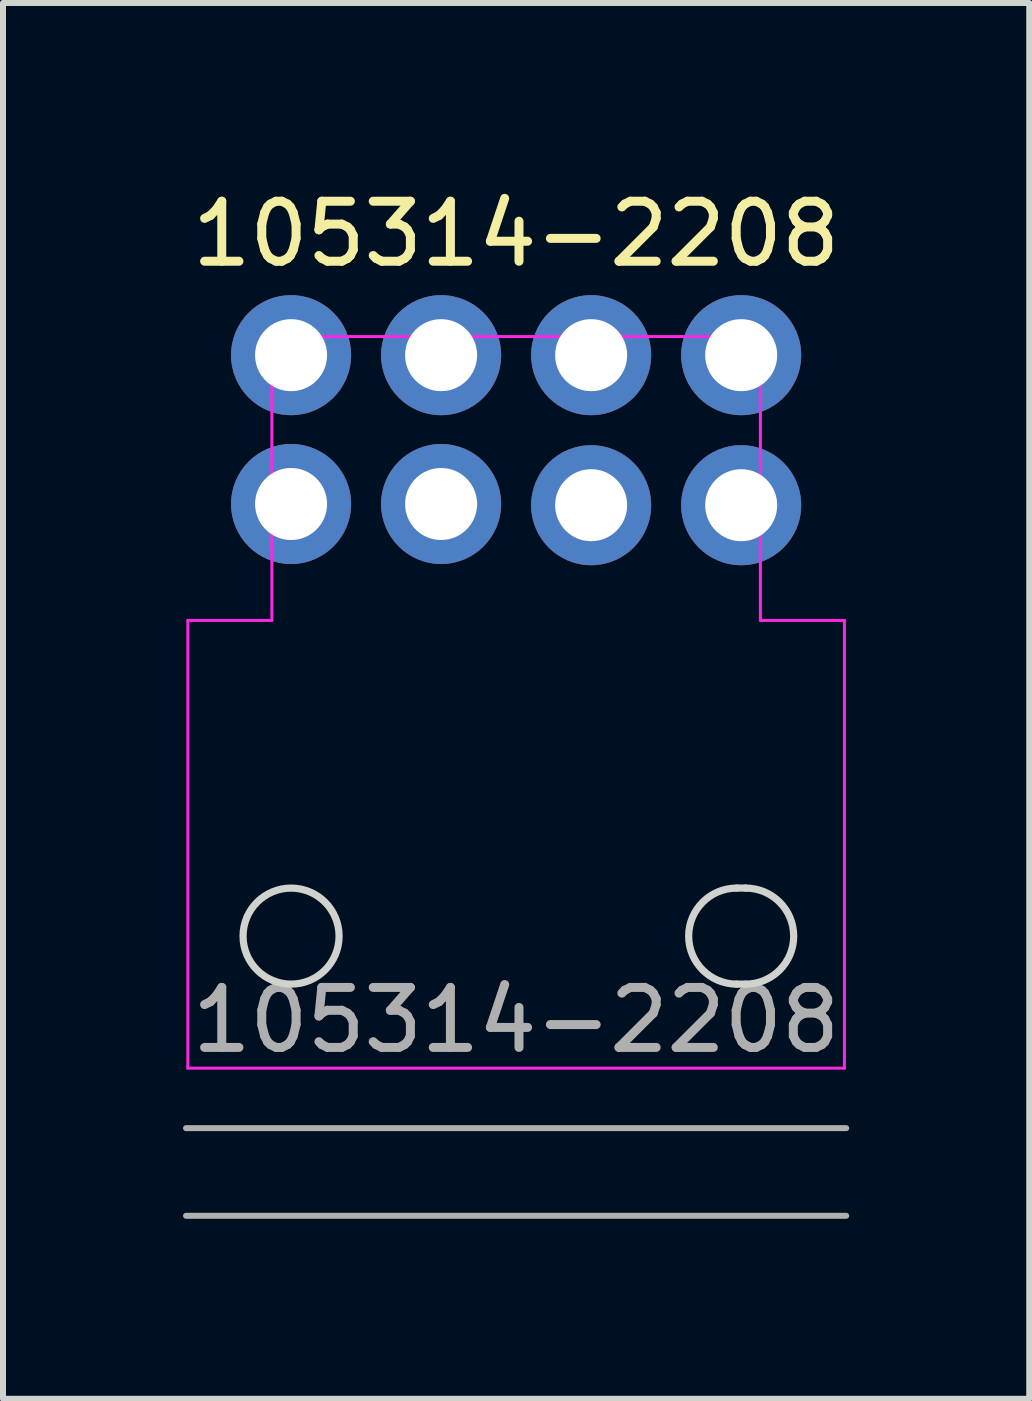
<source format=kicad_pcb>
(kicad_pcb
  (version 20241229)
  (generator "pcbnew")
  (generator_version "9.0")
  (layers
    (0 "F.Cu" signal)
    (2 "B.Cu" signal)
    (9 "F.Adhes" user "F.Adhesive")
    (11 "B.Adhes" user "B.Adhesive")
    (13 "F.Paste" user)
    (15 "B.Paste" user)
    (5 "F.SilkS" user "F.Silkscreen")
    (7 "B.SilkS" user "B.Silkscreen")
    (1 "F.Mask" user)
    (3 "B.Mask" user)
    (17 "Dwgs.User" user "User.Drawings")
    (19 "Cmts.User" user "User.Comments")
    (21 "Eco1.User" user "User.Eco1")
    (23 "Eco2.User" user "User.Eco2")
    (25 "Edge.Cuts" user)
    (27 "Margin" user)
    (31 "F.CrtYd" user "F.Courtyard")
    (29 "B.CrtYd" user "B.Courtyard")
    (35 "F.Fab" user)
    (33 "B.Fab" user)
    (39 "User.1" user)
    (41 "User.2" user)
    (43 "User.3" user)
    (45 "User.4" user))
  (footprint "105314-2208"
    (layer "F.Cu")
    (at 5.55 12.548)
    (property "Reference" "105314-2208" (at 0 -11.7 0) (unlocked yes) (layer "F.SilkS") (effects (font (size 1 1) (thickness 0.15))))
    (attr through_hole)
    (fp_line (start 3.675 -0.8) (end 3.825 -0.8) (stroke (width 0.12) (type solid)) (layer "Edge.Cuts"))
    (fp_line (start 3.675 0.8) (end 3.825 0.8) (stroke (width 0.12) (type solid)) (layer "Edge.Cuts"))
    (fp_arc (start 3.675 0.8) (mid 2.875 0) (end 3.675 -0.8) (stroke (width 0.12) (type solid)) (layer "Edge.Cuts"))
    (fp_arc (start 3.825 -0.8) (mid 4.625 0) (end 3.825 0.8) (stroke (width 0.12) (type solid)) (layer "Edge.Cuts"))
    (fp_circle (center -3.75 0) (end -2.95 0) (stroke (width 0.12) (type solid)) (fill no) (layer "Edge.Cuts"))
    (fp_line (start -5.47 -5.26) (end -4.07 -5.26) (stroke (width 0.05) (type solid)) (layer "F.CrtYd"))
    (fp_line (start -5.47 2.2) (end -5.47 -5.26) (stroke (width 0.05) (type solid)) (layer "F.CrtYd"))
    (fp_line (start -5.47 2.2) (end 5.47 2.2) (stroke (width 0.05) (type solid)) (layer "F.CrtYd"))
    (fp_line (start -4.07 -9.99) (end 4.07 -9.99) (stroke (width 0.05) (type solid)) (layer "F.CrtYd"))
    (fp_line (start -4.07 -5.26) (end -4.07 -9.99) (stroke (width 0.05) (type solid)) (layer "F.CrtYd"))
    (fp_line (start 4.07 -5.26) (end 4.07 -9.99) (stroke (width 0.05) (type solid)) (layer "F.CrtYd"))
    (fp_line (start 5.47 -5.26) (end 4.07 -5.26) (stroke (width 0.05) (type solid)) (layer "F.CrtYd"))
    (fp_line (start 5.47 2.2) (end 5.47 -5.26) (stroke (width 0.05) (type solid)) (layer "F.CrtYd"))
    (fp_line (start -5.5 3.2) (end 5.5 3.2) (stroke (width 0.1) (type solid)) (layer "F.Fab"))
    (fp_line (start -5.5 4.66) (end 5.5 4.66) (stroke (width 0.1) (type solid)) (layer "F.Fab"))
    (fp_text user "${REFERENCE}" (at 0 1.4 0) (unlocked yes) (layer "F.Fab") (effects (font (size 1 1) (thickness 0.15))))
    (pad "1" thru_hole circle (at 3.75 -7.18) (size 2 2) (drill 1.2) (layers "*.Cu" "*.Mask"))
    (pad "2" thru_hole circle (at 1.25 -7.18) (size 2 2) (drill 1.2) (layers "*.Cu" "*.Mask"))
    (pad "3" thru_hole circle (at -1.25 -7.2) (size 2 2) (drill 1.2) (layers "*.Cu" "*.Mask"))
    (pad "4" thru_hole circle (at -3.75 -7.2) (size 2 2) (drill 1.2) (layers "*.Cu" "*.Mask"))
    (pad "5" thru_hole circle (at 3.75 -9.68) (size 2 2) (drill 1.2) (layers "*.Cu" "*.Mask"))
    (pad "6" thru_hole circle (at 1.25 -9.68) (size 2 2) (drill 1.2) (layers "*.Cu" "*.Mask"))
    (pad "7" thru_hole circle (at -1.25 -9.68) (size 2 2) (drill 1.2) (layers "*.Cu" "*.Mask"))
    (pad "8" thru_hole circle (at -3.75 -9.68) (size 2 2) (drill 1.2) (layers "*.Cu" "*.Mask")))
  (gr_rect
    (start -3 -3)
    (end 14.1 20.258)
    (stroke (width 0.1) (type default))
    (fill no)
    (layer "Edge.Cuts")))
</source>
